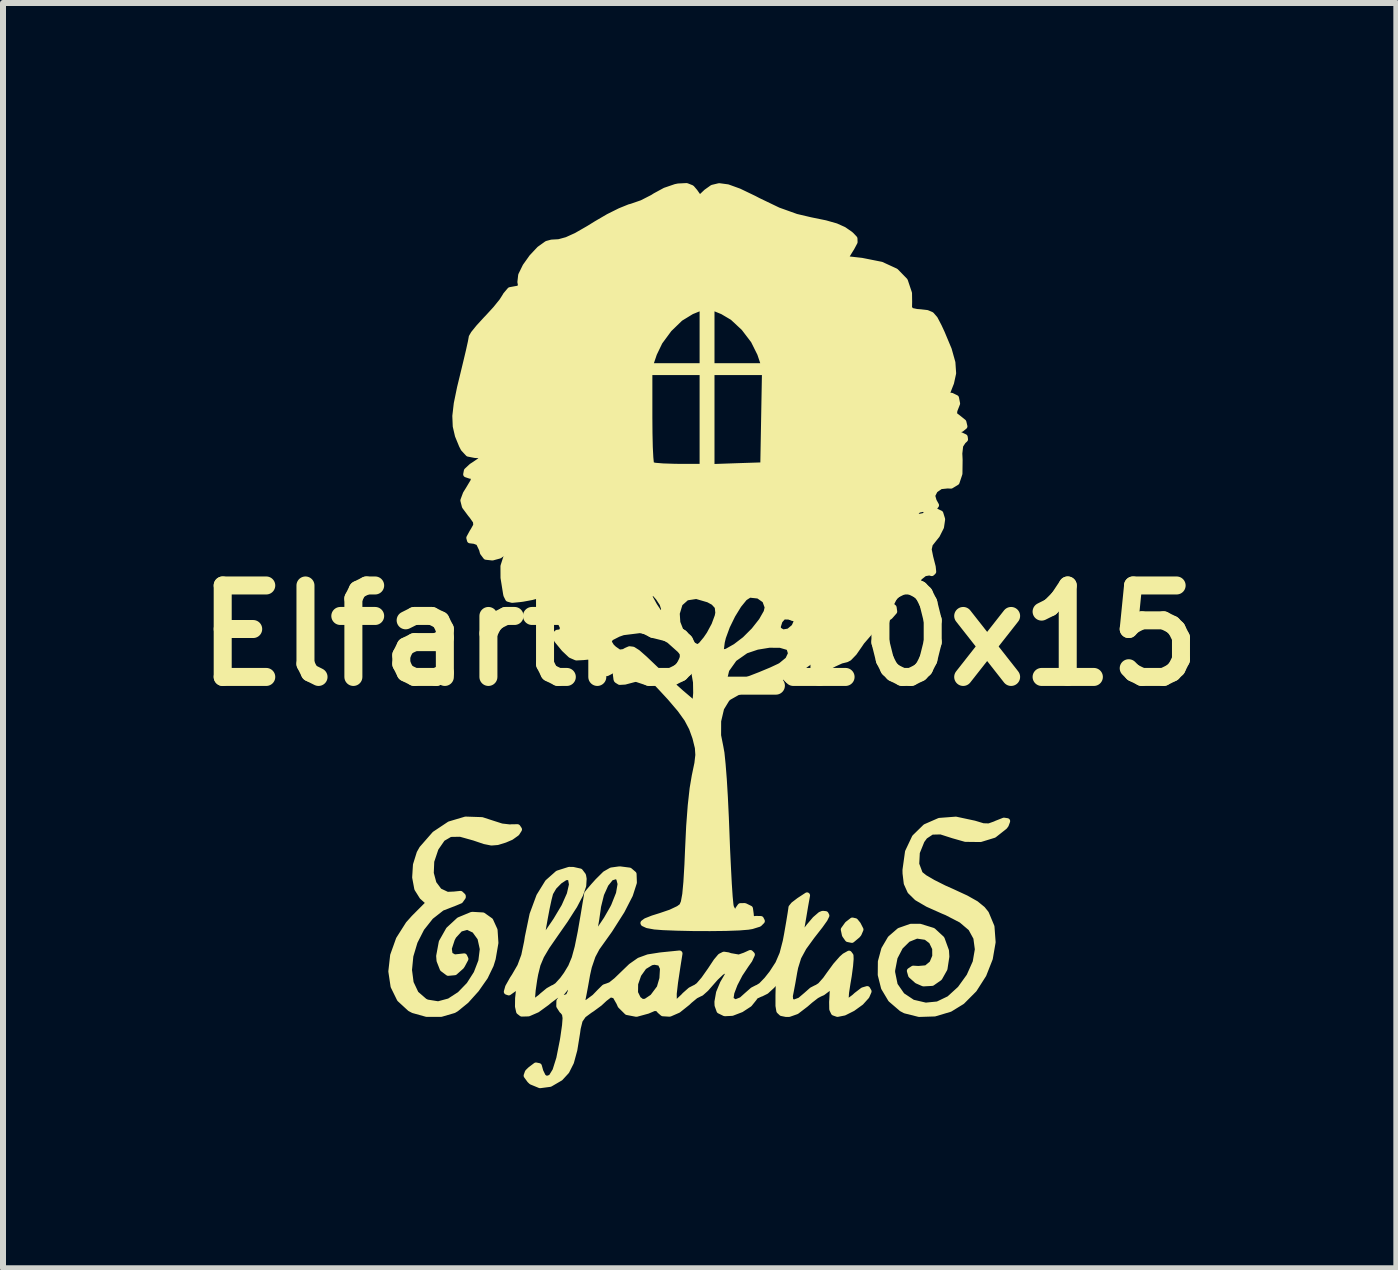
<source format=kicad_pcb>
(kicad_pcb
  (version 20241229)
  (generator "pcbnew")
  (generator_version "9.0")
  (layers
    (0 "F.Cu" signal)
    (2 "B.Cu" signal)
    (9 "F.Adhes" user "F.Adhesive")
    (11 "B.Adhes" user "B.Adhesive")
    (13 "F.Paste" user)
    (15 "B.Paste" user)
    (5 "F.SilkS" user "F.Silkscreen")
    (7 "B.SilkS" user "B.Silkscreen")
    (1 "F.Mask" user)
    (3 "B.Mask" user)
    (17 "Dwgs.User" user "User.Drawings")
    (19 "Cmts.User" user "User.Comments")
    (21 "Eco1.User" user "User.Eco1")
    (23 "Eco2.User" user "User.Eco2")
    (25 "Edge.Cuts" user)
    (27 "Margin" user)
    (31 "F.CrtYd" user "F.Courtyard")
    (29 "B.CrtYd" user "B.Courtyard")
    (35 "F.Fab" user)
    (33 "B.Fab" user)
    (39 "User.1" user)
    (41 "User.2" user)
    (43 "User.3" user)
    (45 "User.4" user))
  (footprint "ElfartiS_10x15"
    (layer "F.Cu")
    (at 8.607 7.539)
    (property "Reference" "ElfartiS_10x15" (at 0 0 0) (layer "F.SilkS") (effects (font (size 1.524 1.524) (thickness 0.3))))
    (attr exclude_from_pos_files exclude_from_bom)
    (fp_circle (center 0.1 0.4) (end 0 0.3) (stroke (width 0.15) (type solid)) (fill no) (layer "F.SilkS"))
    (fp_poly (pts (xy 2.679 4.897) (xy 2.648 4.969) (xy 2.627 4.994) (xy 2.536 5.07) (xy 2.468 5.056) (xy 2.42 4.988) (xy 2.401 4.898) (xy 2.462 4.813) (xy 2.468 4.807) (xy 2.544 4.748) (xy 2.592 4.759) (xy 2.636 4.813) (xy 2.679 4.897)) (stroke (width 0.1) (type solid)) (fill yes) (layer "F.SilkS"))
    (fp_poly (pts (xy 5.123 3.092) (xy 5.1 3.154) (xy 5.078 3.183) (xy 4.903 3.321) (xy 4.678 3.39) (xy 4.428 3.387) (xy 4.224 3.329) (xy 4.018 3.263) (xy 3.866 3.267) (xy 3.751 3.343) (xy 3.698 3.415) (xy 3.618 3.613) (xy 3.608 3.809) (xy 3.669 3.972) (xy 3.67 3.973) (xy 3.744 4.033) (xy 3.886 4.116) (xy 4.073 4.21) (xy 4.199 4.266) (xy 4.437 4.376) (xy 4.602 4.469) (xy 4.712 4.559) (xy 4.77 4.631) (xy 4.862 4.851) (xy 4.881 5.108) (xy 4.834 5.38) (xy 4.728 5.649) (xy 4.571 5.895) (xy 4.37 6.097) (xy 4.17 6.22) (xy 3.915 6.296) (xy 3.656 6.304) (xy 3.425 6.246) (xy 3.366 6.215) (xy 3.186 6.06) (xy 3.071 5.867) (xy 3.017 5.652) (xy 3.019 5.433) (xy 3.075 5.226) (xy 3.179 5.049) (xy 3.329 4.919) (xy 3.52 4.852) (xy 3.67 4.852) (xy 3.886 4.919) (xy 4.032 5.054) (xy 4.104 5.252) (xy 4.11 5.348) (xy 4.079 5.551) (xy 3.994 5.702) (xy 3.872 5.787) (xy 3.728 5.795) (xy 3.623 5.749) (xy 3.523 5.66) (xy 3.502 5.587) (xy 3.558 5.55) (xy 3.645 5.555) (xy 3.779 5.543) (xy 3.875 5.464) (xy 3.925 5.345) (xy 3.924 5.212) (xy 3.866 5.092) (xy 3.772 5.021) (xy 3.617 4.998) (xy 3.468 5.058) (xy 3.34 5.184) (xy 3.248 5.361) (xy 3.207 5.574) (xy 3.206 5.609) (xy 3.25 5.824) (xy 3.37 5.997) (xy 3.547 6.115) (xy 3.765 6.166) (xy 3.967 6.146) (xy 4.16 6.053) (xy 4.342 5.887) (xy 4.494 5.676) (xy 4.598 5.443) (xy 4.635 5.228) (xy 4.609 5.034) (xy 4.522 4.875) (xy 4.362 4.739) (xy 4.117 4.612) (xy 4.061 4.589) (xy 3.801 4.473) (xy 3.621 4.368) (xy 3.509 4.258) (xy 3.45 4.127) (xy 3.43 3.961) (xy 3.429 3.906) (xy 3.471 3.604) (xy 3.585 3.363) (xy 3.763 3.189) (xy 3.994 3.088) (xy 4.268 3.067) (xy 4.576 3.133) (xy 4.579 3.134) (xy 4.722 3.177) (xy 4.821 3.18) (xy 4.922 3.144) (xy 4.945 3.133) (xy 5.069 3.084) (xy 5.123 3.092)) (stroke (width 0.1) (type solid)) (fill yes) (layer "F.SilkS"))
    (fp_poly (pts (xy -3.01 3.23) (xy -3.049 3.291) (xy -3.143 3.358) (xy -3.246 3.402) (xy -3.369 3.44) (xy -3.469 3.448) (xy -3.584 3.425) (xy -3.752 3.368) (xy -3.758 3.366) (xy -3.987 3.302) (xy -4.157 3.305) (xy -4.287 3.381) (xy -4.393 3.534) (xy -4.402 3.551) (xy -4.472 3.76) (xy -4.48 3.96) (xy -4.434 4.131) (xy -4.34 4.257) (xy -4.206 4.32) (xy -4.092 4.315) (xy -3.985 4.304) (xy -3.947 4.34) (xy -3.946 4.355) (xy -3.988 4.415) (xy -4.081 4.454) (xy -4.296 4.537) (xy -4.482 4.683) (xy -4.635 4.876) (xy -4.749 5.1) (xy -4.82 5.337) (xy -4.843 5.572) (xy -4.815 5.787) (xy -4.73 5.967) (xy -4.584 6.094) (xy -4.543 6.114) (xy -4.356 6.144) (xy -4.17 6.094) (xy -3.994 5.98) (xy -3.839 5.82) (xy -3.717 5.629) (xy -3.638 5.424) (xy -3.613 5.222) (xy -3.653 5.039) (xy -3.748 4.908) (xy -3.869 4.851) (xy -3.992 4.885) (xy -4.101 5.004) (xy -4.128 5.055) (xy -4.18 5.214) (xy -4.165 5.32) (xy -4.087 5.363) (xy -4.019 5.356) (xy -3.923 5.345) (xy -3.903 5.388) (xy -3.957 5.489) (xy -3.973 5.513) (xy -4.081 5.609) (xy -4.19 5.619) (xy -4.281 5.551) (xy -4.334 5.416) (xy -4.34 5.339) (xy -4.297 5.108) (xy -4.18 4.901) (xy -4.008 4.742) (xy -3.801 4.656) (xy -3.786 4.653) (xy -3.612 4.663) (xy -3.488 4.751) (xy -3.417 4.907) (xy -3.403 5.12) (xy -3.448 5.381) (xy -3.481 5.488) (xy -3.576 5.685) (xy -3.722 5.894) (xy -3.891 6.082) (xy -4.058 6.218) (xy -4.097 6.241) (xy -4.309 6.303) (xy -4.549 6.303) (xy -4.771 6.241) (xy -4.824 6.213) (xy -4.996 6.055) (xy -5.1 5.843) (xy -5.137 5.595) (xy -5.107 5.329) (xy -5.011 5.06) (xy -4.851 4.808) (xy -4.758 4.704) (xy -4.507 4.452) (xy -4.621 4.35) (xy -4.705 4.216) (xy -4.74 4.029) (xy -4.727 3.821) (xy -4.666 3.625) (xy -4.624 3.551) (xy -4.412 3.309) (xy -4.166 3.145) (xy -3.9 3.066) (xy -3.628 3.075) (xy -3.453 3.132) (xy -3.3 3.181) (xy -3.16 3.197) (xy -3.132 3.194) (xy -3.035 3.193) (xy -3.01 3.23)) (stroke (width 0.1) (type solid)) (fill yes) (layer "F.SilkS"))
    (fp_poly (pts (xy 2.814 5.928) (xy 2.78 6.007) (xy 2.686 6.111) (xy 2.549 6.21) (xy 2.408 6.281) (xy 2.297 6.303) (xy 2.295 6.303) (xy 2.236 6.282) (xy 2.209 6.225) (xy 2.207 6.106) (xy 2.211 6.043) (xy 2.218 5.9) (xy 2.21 5.839) (xy 2.178 5.844) (xy 2.133 5.883) (xy 2.048 5.947) (xy 2 5.968) (xy 1.944 5.998) (xy 1.842 6.077) (xy 1.766 6.143) (xy 1.613 6.26) (xy 1.488 6.304) (xy 1.439 6.304) (xy 1.366 6.289) (xy 1.327 6.252) (xy 1.313 6.168) (xy 1.313 6.011) (xy 1.313 5.994) (xy 1.32 5.7) (xy 1.205 5.834) (xy 1.107 5.924) (xy 1.02 5.967) (xy 1.012 5.968) (xy 0.927 6.008) (xy 0.906 6.041) (xy 0.827 6.139) (xy 0.691 6.228) (xy 0.54 6.286) (xy 0.418 6.292) (xy 0.33 6.249) (xy 0.298 6.159) (xy 0.296 6.102) (xy 0.323 5.95) (xy 0.388 5.794) (xy 0.395 5.782) (xy 0.467 5.658) (xy 0.488 5.596) (xy 0.461 5.575) (xy 0.427 5.573) (xy 0.361 5.609) (xy 0.264 5.701) (xy 0.203 5.77) (xy 0.104 5.883) (xy 0.023 5.955) (xy -0.006 5.968) (xy -0.07 6) (xy -0.168 6.081) (xy -0.205 6.116) (xy -0.358 6.238) (xy -0.5 6.3) (xy -0.611 6.293) (xy -0.611 5.544) (xy -0.653 5.453) (xy -0.752 5.434) (xy -0.809 5.444) (xy -0.929 5.517) (xy -1.021 5.646) (xy -1.075 5.802) (xy -1.077 5.952) (xy -1.026 6.057) (xy -0.961 6.106) (xy -0.896 6.1) (xy -0.796 6.033) (xy -0.778 6.019) (xy -0.666 5.869) (xy -0.621 5.715) (xy -0.611 5.544) (xy -0.611 6.293) (xy -0.613 6.293) (xy -0.66 6.252) (xy -0.702 6.205) (xy -0.764 6.207) (xy -0.867 6.251) (xy -1.054 6.302) (xy -1.209 6.272) (xy -1.318 6.164) (xy -1.34 6.114) (xy -1.407 5.997) (xy -1.49 5.976) (xy -1.584 6.048) (xy -1.668 6.126) (xy -1.793 6.218) (xy -1.83 6.242) (xy -1.938 6.322) (xy -1.999 6.41) (xy -2.032 6.544) (xy -2.042 6.618) (xy -2.088 6.902) (xy -2.144 7.108) (xy -2.219 7.257) (xy -2.321 7.368) (xy -2.323 7.37) (xy -2.493 7.469) (xy -2.66 7.491) (xy -2.801 7.433) (xy -2.829 7.406) (xy -2.883 7.332) (xy -2.863 7.275) (xy -2.82 7.233) (xy -2.728 7.163) (xy -2.679 7.173) (xy -2.654 7.262) (xy -2.608 7.356) (xy -2.551 7.389) (xy -2.473 7.363) (xy -2.403 7.249) (xy -2.339 7.045) (xy -2.28 6.747) (xy -2.271 6.691) (xy -2.243 6.495) (xy -2.234 6.372) (xy -2.245 6.301) (xy -2.278 6.257) (xy -2.292 6.246) (xy -2.339 6.173) (xy -2.337 6.09) (xy -2.293 6.035) (xy -2.242 6.036) (xy -2.184 6.013) (xy -2.148 5.934) (xy -2.131 5.819) (xy -2.155 5.786) (xy -2.212 5.84) (xy -2.228 5.864) (xy -2.293 5.944) (xy -2.336 5.968) (xy -2.396 5.998) (xy -2.498 6.074) (xy -2.547 6.115) (xy -2.708 6.232) (xy -2.853 6.295) (xy -2.964 6.298) (xy -3.008 6.264) (xy -3.027 6.179) (xy -3.025 6.042) (xy -3.02 5.998) (xy -3.007 5.873) (xy -3.016 5.829) (xy -3.057 5.852) (xy -3.092 5.882) (xy -3.18 5.945) (xy -3.213 5.934) (xy -3.191 5.856) (xy -3.115 5.721) (xy -3.084 5.674) (xy -2.989 5.51) (xy -2.923 5.332) (xy -2.875 5.102) (xy -2.863 5.024) (xy -2.785 4.648) (xy -2.672 4.342) (xy -2.53 4.112) (xy -2.363 3.964) (xy -2.175 3.904) (xy -2.109 3.905) (xy -1.993 3.931) (xy -1.943 3.997) (xy -1.933 4.053) (xy -1.94 4.168) (xy -1.99 4.313) (xy -2.088 4.5) (xy -2.127 4.56) (xy -2.127 4.148) (xy -2.146 4.043) (xy -2.168 4.021) (xy -2.24 4.027) (xy -2.337 4.091) (xy -2.43 4.186) (xy -2.49 4.288) (xy -2.491 4.292) (xy -2.517 4.393) (xy -2.549 4.542) (xy -2.581 4.711) (xy -2.61 4.875) (xy -2.63 5.005) (xy -2.635 5.075) (xy -2.633 5.08) (xy -2.599 5.042) (xy -2.526 4.941) (xy -2.426 4.795) (xy -2.391 4.743) (xy -2.254 4.513) (xy -2.164 4.31) (xy -2.127 4.148) (xy -2.127 4.56) (xy -2.241 4.739) (xy -2.405 4.974) (xy -2.547 5.179) (xy -2.641 5.338) (xy -2.701 5.481) (xy -2.74 5.639) (xy -2.757 5.733) (xy -2.782 5.907) (xy -2.793 6.04) (xy -2.789 6.105) (xy -2.788 6.106) (xy -2.739 6.093) (xy -2.651 6.027) (xy -2.623 6.001) (xy -2.52 5.916) (xy -2.44 5.871) (xy -2.429 5.869) (xy -2.371 5.831) (xy -2.284 5.735) (xy -2.219 5.646) (xy -2.143 5.52) (xy -2.083 5.376) (xy -2.033 5.192) (xy -1.982 4.94) (xy -1.97 4.87) (xy -1.932 4.649) (xy -1.902 4.468) (xy -1.881 4.346) (xy -1.875 4.303) (xy -1.844 4.263) (xy -1.767 4.173) (xy -1.696 4.094) (xy -1.574 3.973) (xy -1.471 3.914) (xy -1.347 3.897) (xy -1.324 3.896) (xy -1.169 3.916) (xy -1.101 3.974) (xy -1.096 4.115) (xy -1.162 4.32) (xy -1.298 4.585) (xy -1.317 4.615) (xy -1.317 4.138) (xy -1.344 4.035) (xy -1.392 4.006) (xy -1.481 4.034) (xy -1.567 4.141) (xy -1.642 4.307) (xy -1.693 4.513) (xy -1.698 4.553) (xy -1.723 4.727) (xy -1.749 4.879) (xy -1.759 4.932) (xy -1.77 5) (xy -1.751 4.999) (xy -1.689 4.926) (xy -1.657 4.885) (xy -1.55 4.725) (xy -1.447 4.545) (xy -1.427 4.506) (xy -1.345 4.3) (xy -1.317 4.138) (xy -1.317 4.615) (xy -1.502 4.906) (xy -1.714 5.203) (xy -1.784 5.335) (xy -1.846 5.517) (xy -1.875 5.647) (xy -1.907 5.827) (xy -1.936 5.982) (xy -1.951 6.057) (xy -1.961 6.135) (xy -1.922 6.139) (xy -1.864 6.11) (xy -1.749 6.025) (xy -1.662 5.935) (xy -1.586 5.86) (xy -1.533 5.842) (xy -1.533 5.842) (xy -1.481 5.822) (xy -1.387 5.747) (xy -1.303 5.666) (xy -1.142 5.511) (xy -1.005 5.415) (xy -0.857 5.361) (xy -0.66 5.33) (xy -0.624 5.326) (xy -0.336 5.297) (xy -0.368 5.497) (xy -0.41 5.776) (xy -0.432 5.966) (xy -0.431 6.077) (xy -0.404 6.116) (xy -0.351 6.093) (xy -0.268 6.015) (xy -0.247 5.992) (xy -0.152 5.908) (xy -0.076 5.869) (xy -0.071 5.869) (xy -0.016 5.83) (xy 0.071 5.729) (xy 0.172 5.586) (xy 0.177 5.579) (xy 0.277 5.428) (xy 0.346 5.346) (xy 0.404 5.317) (xy 0.472 5.327) (xy 0.51 5.34) (xy 0.654 5.365) (xy 0.752 5.331) (xy 0.844 5.289) (xy 0.87 5.315) (xy 0.829 5.404) (xy 0.771 5.486) (xy 0.668 5.641) (xy 0.583 5.805) (xy 0.528 5.95) (xy 0.513 6.051) (xy 0.519 6.069) (xy 0.594 6.114) (xy 0.7 6.072) (xy 0.789 5.992) (xy 0.885 5.908) (xy 0.961 5.869) (xy 0.966 5.869) (xy 1.026 5.832) (xy 1.119 5.736) (xy 1.206 5.626) (xy 1.309 5.467) (xy 1.38 5.302) (xy 1.434 5.094) (xy 1.457 4.972) (xy 1.49 4.782) (xy 1.515 4.63) (xy 1.528 4.542) (xy 1.529 4.531) (xy 1.566 4.485) (xy 1.655 4.417) (xy 1.659 4.414) (xy 1.789 4.329) (xy 1.757 4.507) (xy 1.727 4.687) (xy 1.696 4.869) (xy 1.696 4.87) (xy 1.666 5.055) (xy 1.824 4.846) (xy 1.925 4.727) (xy 2.013 4.651) (xy 2.051 4.636) (xy 2.098 4.641) (xy 2.111 4.666) (xy 2.082 4.725) (xy 2.006 4.832) (xy 1.874 5.001) (xy 1.873 5.002) (xy 1.732 5.196) (xy 1.644 5.358) (xy 1.592 5.525) (xy 1.576 5.605) (xy 1.545 5.783) (xy 1.516 5.935) (xy 1.502 6.005) (xy 1.51 6.092) (xy 1.574 6.116) (xy 1.673 6.079) (xy 1.776 5.992) (xy 1.871 5.908) (xy 1.947 5.869) (xy 1.952 5.869) (xy 2.011 5.831) (xy 2.098 5.733) (xy 2.164 5.64) (xy 2.268 5.498) (xy 2.369 5.383) (xy 2.416 5.341) (xy 2.489 5.3) (xy 2.513 5.333) (xy 2.515 5.389) (xy 2.506 5.502) (xy 2.484 5.668) (xy 2.463 5.791) (xy 2.439 5.948) (xy 2.431 6.063) (xy 2.438 6.105) (xy 2.488 6.092) (xy 2.577 6.026) (xy 2.614 5.992) (xy 2.72 5.911) (xy 2.792 5.89) (xy 2.814 5.928)) (stroke (width 0.1) (type solid)) (fill yes) (layer "F.SilkS"))
    (fp_poly (pts (xy 4.421 -3.269) (xy 4.388 -3.239) (xy 4.341 -3.167) (xy 4.326 -3.034) (xy 4.331 -2.927) (xy 4.328 -2.697) (xy 4.28 -2.554) (xy 4.187 -2.498) (xy 4.131 -2.501) (xy 4.013 -2.489) (xy 3.919 -2.424) (xy 3.873 -2.332) (xy 3.899 -2.241) (xy 3.938 -2.171) (xy 3.9 -2.122) (xy 3.893 -2.118) (xy 3.859 -2.084) (xy 3.913 -2.072) (xy 3.93 -2.072) (xy 4.01 -2.034) (xy 4.04 -1.937) (xy 4.021 -1.808) (xy 3.953 -1.673) (xy 3.911 -1.621) (xy 3.835 -1.525) (xy 3.815 -1.437) (xy 3.841 -1.308) (xy 3.843 -1.3) (xy 3.883 -1.144) (xy 3.891 -1.064) (xy 3.867 -1.041) (xy 3.827 -1.052) (xy 3.788 -1.045) (xy 3.788 -2.093) (xy 3.723 -2.112) (xy 3.653 -2.097) (xy 3.583 -2.054) (xy 3.578 -2.019) (xy 3.652 -1.976) (xy 3.742 -1.993) (xy 3.775 -2.025) (xy 3.788 -2.093) (xy 3.788 -1.045) (xy 3.746 -1.038) (xy 3.659 -0.969) (xy 3.605 -0.877) (xy 3.6 -0.847) (xy 3.559 -0.801) (xy 3.489 -0.787) (xy 3.372 -0.763) (xy 3.23 -0.706) (xy 3.209 -0.695) (xy 3.102 -0.635) (xy 3.074 -0.597) (xy 3.114 -0.558) (xy 3.147 -0.537) (xy 3.232 -0.467) (xy 3.241 -0.4) (xy 3.17 -0.319) (xy 3.083 -0.259) (xy 3.083 -0.395) (xy 3.011 -0.44) (xy 2.981 -0.444) (xy 2.917 -0.416) (xy 2.91 -0.395) (xy 2.951 -0.355) (xy 3.011 -0.345) (xy 3.08 -0.364) (xy 3.083 -0.395) (xy 3.083 -0.259) (xy 3.033 -0.224) (xy 2.857 -0.081) (xy 2.698 0.103) (xy 2.663 0.155) (xy 2.572 0.286) (xy 2.488 0.373) (xy 2.446 0.395) (xy 2.357 0.417) (xy 2.235 0.473) (xy 2.221 0.481) (xy 2.116 0.535) (xy 2.062 0.538) (xy 2.023 0.49) (xy 2.017 0.481) (xy 1.951 0.409) (xy 1.867 0.412) (xy 1.752 0.494) (xy 1.677 0.567) (xy 1.619 0.623) (xy 1.619 -0.236) (xy 1.598 -0.279) (xy 1.5 -0.315) (xy 1.495 -0.317) (xy 1.394 -0.318) (xy 1.332 -0.248) (xy 1.301 -0.149) (xy 1.308 -0.098) (xy 1.385 -0.051) (xy 1.487 -0.068) (xy 1.572 -0.139) (xy 1.581 -0.152) (xy 1.619 -0.236) (xy 1.619 0.623) (xy 1.572 0.668) (xy 1.492 0.73) (xy 1.47 0.74) (xy 1.433 0.706) (xy 1.44 0.636) (xy 1.484 0.579) (xy 1.492 0.575) (xy 1.527 0.553) (xy 1.523 0.552) (xy 1.523 0.299) (xy 1.496 0.211) (xy 1.472 0.192) (xy 1.343 0.154) (xy 1.16 0.153) (xy 1.134 0.157) (xy 1.134 -0.471) (xy 1.091 -0.589) (xy 1.088 -0.591) (xy 1.088 -4.39) (xy 1.079 -4.39) (xy 1.079 -4.488) (xy 1.008 -4.698) (xy 0.9 -4.915) (xy 0.739 -5.126) (xy 0.551 -5.301) (xy 0.382 -5.401) (xy 0.197 -5.476) (xy 0.197 -4.982) (xy 0.197 -4.488) (xy 0.638 -4.488) (xy 1.079 -4.488) (xy 1.079 -4.39) (xy 0.642 -4.39) (xy 0.197 -4.39) (xy 0.197 -3.598) (xy 0.197 -2.807) (xy 0.629 -2.822) (xy 1.06 -2.836) (xy 1.074 -3.613) (xy 1.088 -4.39) (xy 1.088 -0.591) (xy 0.981 -0.666) (xy 0.833 -0.682) (xy 0.828 -0.681) (xy 0.747 -0.629) (xy 0.648 -0.507) (xy 0.546 -0.341) (xy 0.455 -0.155) (xy 0.388 0.028) (xy 0.368 0.111) (xy 0.353 0.233) (xy 0.377 0.284) (xy 0.452 0.268) (xy 0.592 0.189) (xy 0.599 0.185) (xy 0.755 0.066) (xy 0.906 -0.085) (xy 1.033 -0.246) (xy 1.115 -0.39) (xy 1.134 -0.471) (xy 1.134 0.157) (xy 0.957 0.186) (xy 0.77 0.249) (xy 0.768 0.25) (xy 0.574 0.386) (xy 0.444 0.569) (xy 0.395 0.776) (xy 0.395 0.783) (xy 0.399 0.83) (xy 0.423 0.851) (xy 0.487 0.844) (xy 0.606 0.806) (xy 0.8 0.736) (xy 0.801 0.736) (xy 1.007 0.656) (xy 1.194 0.578) (xy 1.331 0.514) (xy 1.356 0.5) (xy 1.474 0.403) (xy 1.523 0.299) (xy 1.523 0.552) (xy 1.491 0.546) (xy 1.429 0.584) (xy 1.381 0.666) (xy 1.302 0.769) (xy 1.222 0.79) (xy 1.039 0.812) (xy 0.83 0.867) (xy 0.633 0.943) (xy 0.484 1.027) (xy 0.453 1.054) (xy 0.358 1.21) (xy 0.311 1.41) (xy 0.311 -0.379) (xy 0.3 -0.482) (xy 0.234 -0.554) (xy 0.148 -0.601) (xy 0.049 -0.63) (xy 0.049 -2.811) (xy 0.049 -3.6) (xy 0.049 -4.39) (xy 0.049 -4.488) (xy 0.049 -4.982) (xy 0.049 -5.476) (xy -0.136 -5.401) (xy -0.324 -5.286) (xy -0.51 -5.106) (xy -0.667 -4.893) (xy -0.761 -4.698) (xy -0.832 -4.488) (xy -0.392 -4.488) (xy 0.049 -4.488) (xy 0.049 -4.39) (xy -0.395 -4.39) (xy -0.838 -4.39) (xy -0.838 -3.633) (xy -0.836 -3.37) (xy -0.831 -3.142) (xy -0.822 -2.967) (xy -0.812 -2.864) (xy -0.806 -2.844) (xy -0.744 -2.829) (xy -0.61 -2.818) (xy -0.427 -2.812) (xy -0.362 -2.811) (xy 0.049 -2.811) (xy 0.049 -0.63) (xy -0.055 -0.66) (xy -0.219 -0.635) (xy -0.332 -0.535) (xy -0.382 -0.369) (xy -0.372 -0.216) (xy -0.322 -0.089) (xy -0.234 0.043) (xy -0.131 0.148) (xy -0.039 0.197) (xy -0.03 0.197) (xy 0.025 0.159) (xy 0.107 0.06) (xy 0.163 -0.022) (xy 0.246 -0.176) (xy 0.3 -0.322) (xy 0.311 -0.379) (xy 0.311 1.41) (xy 0.308 1.424) (xy 0.307 1.665) (xy 0.344 1.851) (xy 0.363 1.956) (xy 0.382 2.142) (xy 0.402 2.394) (xy 0.42 2.694) (xy 0.436 3.027) (xy 0.444 3.23) (xy 0.457 3.568) (xy 0.472 3.878) (xy 0.486 4.144) (xy 0.5 4.352) (xy 0.513 4.485) (xy 0.52 4.525) (xy 0.566 4.613) (xy 0.615 4.633) (xy 0.641 4.576) (xy 0.641 4.562) (xy 0.679 4.508) (xy 0.752 4.507) (xy 0.838 4.549) (xy 0.85 4.636) (xy 0.857 4.716) (xy 0.919 4.725) (xy 0.937 4.721) (xy 1.019 4.723) (xy 1.036 4.757) (xy 0.99 4.803) (xy 0.868 4.841) (xy 0.807 4.851) (xy 0.658 4.863) (xy 0.438 4.871) (xy 0.173 4.874) (xy -0.108 4.873) (xy -0.378 4.867) (xy -0.611 4.858) (xy -0.752 4.847) (xy -0.871 4.825) (xy -0.934 4.796) (xy -0.937 4.789) (xy -0.894 4.757) (xy -0.78 4.712) (xy -0.649 4.671) (xy -0.482 4.614) (xy -0.349 4.551) (xy -0.292 4.509) (xy -0.264 4.442) (xy -0.24 4.31) (xy -0.221 4.105) (xy -0.204 3.817) (xy -0.193 3.557) (xy -0.175 3.179) (xy -0.149 2.834) (xy -0.117 2.545) (xy -0.081 2.333) (xy -0.079 2.325) (xy -0.038 2.128) (xy -0.022 1.989) (xy -0.03 1.869) (xy -0.058 1.755) (xy -0.058 0.959) (xy -0.061 0.777) (xy -0.092 0.597) (xy -0.095 0.586) (xy -0.181 0.416) (xy -0.328 0.238) (xy -0.505 0.08) (xy -0.592 0.029) (xy -0.592 -0.446) (xy -0.619 -0.53) (xy -0.685 -0.631) (xy -0.765 -0.721) (xy -0.837 -0.774) (xy -0.871 -0.773) (xy -0.865 -0.718) (xy -0.821 -0.616) (xy -0.756 -0.498) (xy -0.689 -0.397) (xy -0.638 -0.347) (xy -0.632 -0.345) (xy -0.6 -0.387) (xy -0.592 -0.446) (xy -0.592 0.029) (xy -0.683 -0.025) (xy -0.702 -0.033) (xy -0.948 -0.082) (xy -0.948 -0.336) (xy -0.953 -0.389) (xy -0.998 -0.386) (xy -1.047 -0.333) (xy -1.055 -0.316) (xy -1.056 -0.259) (xy -1.027 -0.258) (xy -0.957 -0.318) (xy -0.948 -0.336) (xy -0.948 -0.082) (xy -0.994 -0.091) (xy -1.276 -0.056) (xy -1.358 -0.027) (xy -1.485 0.038) (xy -1.521 0.102) (xy -1.471 0.183) (xy -1.428 0.224) (xy -1.34 0.285) (xy -1.262 0.274) (xy -1.224 0.252) (xy -1.169 0.228) (xy -1.112 0.235) (xy -1.035 0.284) (xy -0.919 0.386) (xy -0.795 0.504) (xy -0.621 0.67) (xy -0.447 0.831) (xy -0.304 0.959) (xy -0.271 0.987) (xy -0.074 1.154) (xy -0.058 0.959) (xy -0.058 1.755) (xy -0.064 1.73) (xy -0.073 1.696) (xy -0.129 1.541) (xy -0.208 1.391) (xy -0.325 1.228) (xy -0.492 1.032) (xy -0.654 0.857) (xy -0.846 0.654) (xy -1.095 0.727) (xy -1.246 0.767) (xy -1.332 0.772) (xy -1.377 0.744) (xy -1.385 0.733) (xy -1.396 0.649) (xy -1.379 0.619) (xy -1.33 0.545) (xy -1.354 0.521) (xy -1.428 0.566) (xy -1.545 0.626) (xy -1.648 0.59) (xy -1.728 0.464) (xy -1.776 0.375) (xy -1.85 0.35) (xy -1.941 0.359) (xy -2.022 0.363) (xy -2.022 0.123) (xy -2.047 0.099) (xy -2.071 0.123) (xy -2.047 0.148) (xy -2.022 0.123) (xy -2.022 0.363) (xy -2.055 0.365) (xy -2.147 0.325) (xy -2.255 0.223) (xy -2.261 0.216) (xy -2.376 0.076) (xy -2.412 -0.01) (xy -2.372 -0.047) (xy -2.343 -0.049) (xy -2.282 -0.072) (xy -2.281 -0.144) (xy -2.343 -0.274) (xy -2.445 -0.436) (xy -2.558 -0.589) (xy -2.642 -0.662) (xy -2.702 -0.667) (xy -2.8 -0.641) (xy -2.946 -0.614) (xy -2.991 -0.608) (xy -3.124 -0.595) (xy -3.19 -0.613) (xy -3.22 -0.673) (xy -3.225 -0.696) (xy -3.268 -0.964) (xy -3.269 -1.156) (xy -3.227 -1.288) (xy -3.206 -1.319) (xy -3.134 -1.387) (xy -3.089 -1.395) (xy -3.059 -1.4) (xy -3.058 -1.414) (xy -3.083 -1.488) (xy -3.148 -1.48) (xy -3.217 -1.418) (xy -3.336 -1.333) (xy -3.372 -1.323) (xy -3.372 -1.712) (xy -3.373 -1.712) (xy -3.429 -1.711) (xy -3.514 -1.668) (xy -3.584 -1.609) (xy -3.6 -1.575) (xy -3.566 -1.564) (xy -3.482 -1.604) (xy -3.476 -1.608) (xy -3.395 -1.672) (xy -3.372 -1.712) (xy -3.372 -1.323) (xy -3.453 -1.301) (xy -3.56 -1.313) (xy -3.612 -1.382) (xy -3.626 -1.436) (xy -3.68 -1.55) (xy -3.752 -1.578) (xy -3.827 -1.587) (xy -3.838 -1.628) (xy -3.787 -1.722) (xy -3.768 -1.752) (xy -3.722 -1.835) (xy -3.727 -1.902) (xy -3.789 -1.991) (xy -3.817 -2.025) (xy -3.912 -2.153) (xy -3.937 -2.252) (xy -3.896 -2.362) (xy -3.847 -2.441) (xy -3.77 -2.57) (xy -3.756 -2.638) (xy -3.801 -2.662) (xy -3.822 -2.663) (xy -3.89 -2.686) (xy -3.879 -2.744) (xy -3.797 -2.82) (xy -3.749 -2.851) (xy -3.633 -2.93) (xy -3.611 -2.982) (xy -3.684 -3.006) (xy -3.743 -3.009) (xy -3.855 -3.031) (xy -3.933 -3.115) (xy -3.961 -3.169) (xy -4.028 -3.332) (xy -4.064 -3.487) (xy -4.071 -3.658) (xy -4.047 -3.865) (xy -3.992 -4.133) (xy -3.95 -4.305) (xy -3.893 -4.541) (xy -3.845 -4.743) (xy -3.812 -4.892) (xy -3.798 -4.968) (xy -3.798 -4.972) (xy -3.765 -5.029) (xy -3.68 -5.134) (xy -3.558 -5.267) (xy -3.53 -5.296) (xy -3.397 -5.441) (xy -3.292 -5.571) (xy -3.234 -5.662) (xy -3.231 -5.67) (xy -3.159 -5.755) (xy -3.078 -5.77) (xy -2.992 -5.785) (xy -2.978 -5.848) (xy -2.987 -5.889) (xy -2.974 -6.004) (xy -2.902 -6.151) (xy -2.793 -6.304) (xy -2.667 -6.438) (xy -2.544 -6.526) (xy -2.466 -6.547) (xy -2.344 -6.554) (xy -2.213 -6.59) (xy -2.054 -6.662) (xy -1.847 -6.781) (xy -1.716 -6.862) (xy -1.519 -6.977) (xy -1.326 -7.073) (xy -1.171 -7.136) (xy -1.133 -7.146) (xy -0.96 -7.206) (xy -0.782 -7.297) (xy -0.74 -7.324) (xy -0.576 -7.413) (xy -0.401 -7.473) (xy -0.356 -7.482) (xy -0.218 -7.489) (xy -0.135 -7.456) (xy -0.082 -7.394) (xy -0.002 -7.28) (xy 0.113 -7.389) (xy 0.213 -7.46) (xy 0.325 -7.487) (xy 0.467 -7.468) (xy 0.655 -7.4) (xy 0.905 -7.28) (xy 0.97 -7.246) (xy 1.307 -7.084) (xy 1.608 -6.976) (xy 1.846 -6.92) (xy 2.095 -6.869) (xy 2.271 -6.819) (xy 2.4 -6.761) (xy 2.507 -6.687) (xy 2.527 -6.669) (xy 2.579 -6.614) (xy 2.581 -6.556) (xy 2.53 -6.46) (xy 2.514 -6.435) (xy 2.416 -6.275) (xy 2.7 -6.243) (xy 3.026 -6.178) (xy 3.265 -6.068) (xy 3.419 -5.91) (xy 3.488 -5.704) (xy 3.49 -5.564) (xy 3.488 -5.46) (xy 3.521 -5.411) (xy 3.616 -5.391) (xy 3.681 -5.386) (xy 3.787 -5.374) (xy 3.859 -5.344) (xy 3.918 -5.276) (xy 3.984 -5.15) (xy 4.035 -5.04) (xy 4.15 -4.765) (xy 4.211 -4.548) (xy 4.223 -4.371) (xy 4.188 -4.211) (xy 4.174 -4.176) (xy 4.129 -4.06) (xy 4.128 -4.008) (xy 4.172 -3.995) (xy 4.195 -3.995) (xy 4.271 -3.958) (xy 4.289 -3.866) (xy 4.244 -3.751) (xy 4.236 -3.681) (xy 4.307 -3.626) (xy 4.394 -3.556) (xy 4.411 -3.485) (xy 4.358 -3.442) (xy 4.303 -3.44) (xy 4.21 -3.438) (xy 4.206 -3.411) (xy 4.292 -3.363) (xy 4.328 -3.349) (xy 4.416 -3.307) (xy 4.421 -3.269)) (stroke (width 0.1) (type solid)) (fill yes) (layer "F.SilkS")))
  (gr_rect
    (start -3 -3)
    (end 20.214 18.08)
    (stroke (width 0.1) (type default))
    (fill no)
    (layer "Edge.Cuts")))
</source>
